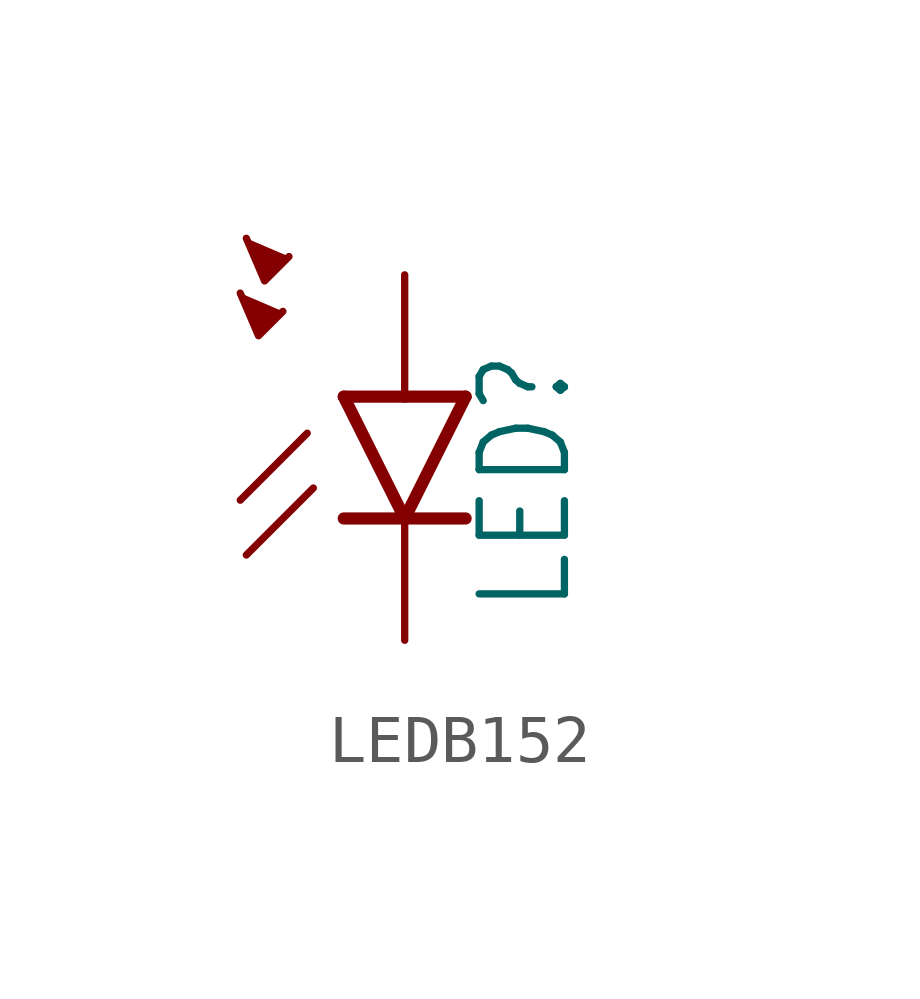
<source format=kicad_sym>
(kicad_symbol_lib
  (version 20241209)
  (generator "kicad_symbol_editor")
  (generator_version "9.0")
  (symbol "LEDB152"
    (property "Reference" "LED"
      (at 3.556 -4.572 90)
      (effects (font (size 1.778 1.511)) (justify left bottom)))
    (property "Value" ""
      (at 5.715 -4.572 90)
      (effects (font (size 1.778 1.511)) (justify left bottom)))
    (property "ki_locked" ""
      (at 0 0 0)
      (effects (font (size 1.27 1.27))))
    (symbol "LEDB152_1_0"
      (polyline (pts (xy -3.429 2.159) (xy -3.048 1.27) (xy -2.54 1.778)) (stroke (width 0.152) (type solid)) (fill (type outline)))
      (polyline (pts (xy -3.302 3.302) (xy -2.921 2.413) (xy -2.413 2.921)) (stroke (width 0.152) (type solid)) (fill (type outline)))
      (polyline (pts (xy -2.032 -0.762) (xy -3.429 -2.159)) (stroke (width 0.152) (type solid)) (fill (type none)))
      (polyline (pts (xy -1.905 -1.905) (xy -3.302 -3.302)) (stroke (width 0.152) (type solid)) (fill (type none)))
      (polyline (pts (xy 0 0) (xy -1.27 0)) (stroke (width 0.254) (type solid)) (fill (type none)))
      (polyline (pts (xy 0 -2.54) (xy -1.27 0)) (stroke (width 0.254) (type solid)) (fill (type none)))
      (polyline (pts (xy 0 -2.54) (xy -1.27 -2.54)) (stroke (width 0.254) (type solid)) (fill (type none)))
      (polyline (pts (xy 1.27 0) (xy 0 0)) (stroke (width 0.254) (type solid)) (fill (type none)))
      (polyline (pts (xy 1.27 0) (xy 0 -2.54)) (stroke (width 0.254) (type solid)) (fill (type none)))
      (polyline (pts (xy 1.27 -2.54) (xy 0 -2.54)) (stroke (width 0.254) (type solid)) (fill (type none)))
      (pin passive line (at 0 2.54 270) (length 2.54) (name "A" (effects (font (size 0 0)))) (number "A" (effects (font (size 0 0)))))
      (pin passive line (at 0 -5.08 90) (length 2.54) (name "C" (effects (font (size 0 0)))) (number "K" (effects (font (size 0 0))))))))
</source>
